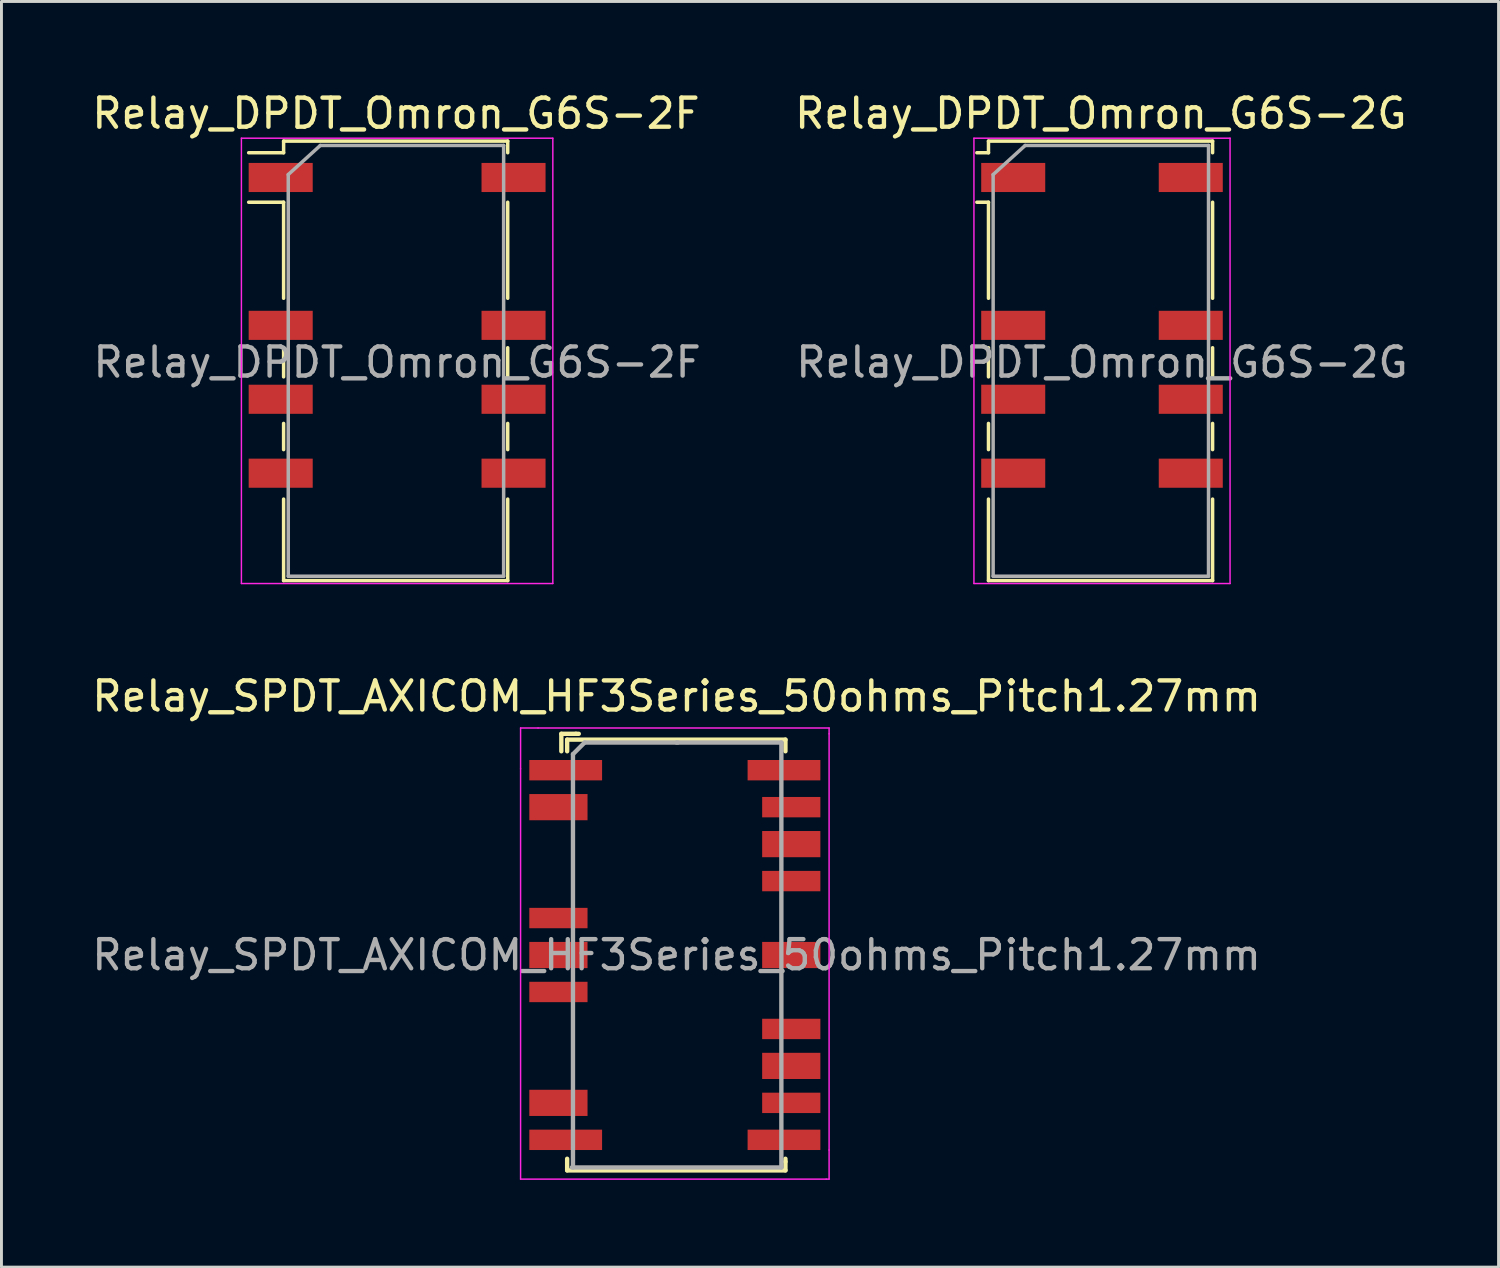
<source format=kicad_pcb>
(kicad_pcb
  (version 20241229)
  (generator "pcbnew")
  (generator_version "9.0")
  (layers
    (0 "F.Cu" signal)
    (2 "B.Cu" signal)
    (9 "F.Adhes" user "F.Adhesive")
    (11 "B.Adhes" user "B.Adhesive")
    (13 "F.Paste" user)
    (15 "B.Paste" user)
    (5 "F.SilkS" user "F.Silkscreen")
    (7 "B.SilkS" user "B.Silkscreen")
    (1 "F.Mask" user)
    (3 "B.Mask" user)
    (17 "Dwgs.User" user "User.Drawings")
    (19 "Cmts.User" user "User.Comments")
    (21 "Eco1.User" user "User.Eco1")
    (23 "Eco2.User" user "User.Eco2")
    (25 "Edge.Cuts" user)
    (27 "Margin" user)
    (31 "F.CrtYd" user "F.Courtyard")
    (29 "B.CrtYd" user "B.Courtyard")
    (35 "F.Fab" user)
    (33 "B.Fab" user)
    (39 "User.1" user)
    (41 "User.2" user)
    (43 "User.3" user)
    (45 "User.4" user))
  (footprint "Relay_DPDT_Omron_G6S-2G"
    (layer "F.Cu")
    (at 34.812 9.398)
    (property "Reference" "Relay_DPDT_Omron_G6S-2G" (at -0.04 -8.55 0) (layer "F.SilkS") (effects (font (size 1 1) (thickness 0.15))))
    (attr smd)
    (fp_line (start -4.3 -7.2) (end -3.9 -7.2) (stroke (width 0.12) (type solid)) (layer "F.SilkS"))
    (fp_line (start -3.9 -7.6) (end 3.8 -7.6) (stroke (width 0.12) (type solid)) (layer "F.SilkS"))
    (fp_line (start -3.9 -7.2) (end -3.9 -7.6) (stroke (width 0.12) (type solid)) (layer "F.SilkS"))
    (fp_line (start -3.9 -5.5) (end -4.3 -5.5) (stroke (width 0.12) (type solid)) (layer "F.SilkS"))
    (fp_line (start -3.9 -5.5) (end -3.9 -2.2) (stroke (width 0.12) (type solid)) (layer "F.SilkS"))
    (fp_line (start -3.9 -0.5) (end -3.9 0.5) (stroke (width 0.12) (type solid)) (layer "F.SilkS"))
    (fp_line (start -3.9 2.1) (end -3.9 3) (stroke (width 0.12) (type solid)) (layer "F.SilkS"))
    (fp_line (start -3.9 4.7) (end -3.9 7.5) (stroke (width 0.12) (type solid)) (layer "F.SilkS"))
    (fp_line (start -3.9 7.5) (end 3.8 7.5) (stroke (width 0.12) (type solid)) (layer "F.SilkS"))
    (fp_line (start 3.8 -7.6) (end 3.8 -7.2) (stroke (width 0.12) (type solid)) (layer "F.SilkS"))
    (fp_line (start 3.8 -5.5) (end 3.8 -2.2) (stroke (width 0.12) (type solid)) (layer "F.SilkS"))
    (fp_line (start 3.8 0.5) (end 3.8 -0.5) (stroke (width 0.12) (type solid)) (layer "F.SilkS"))
    (fp_line (start 3.8 3) (end 3.8 2.1) (stroke (width 0.12) (type solid)) (layer "F.SilkS"))
    (fp_line (start 3.8 7.5) (end 3.8 4.7) (stroke (width 0.12) (type solid)) (layer "F.SilkS"))
    (fp_line (start -4.4 -7.7) (end -4.4 7.6) (stroke (width 0.05) (type solid)) (layer "F.CrtYd"))
    (fp_line (start -4.4 -7.7) (end 4.4 -7.7) (stroke (width 0.05) (type solid)) (layer "F.CrtYd"))
    (fp_line (start 4.4 7.6) (end -4.4 7.6) (stroke (width 0.05) (type solid)) (layer "F.CrtYd"))
    (fp_line (start 4.4 7.6) (end 4.4 -7.7) (stroke (width 0.05) (type solid)) (layer "F.CrtYd"))
    (fp_line (start -3.74 -6.45) (end -2.64 -7.45) (stroke (width 0.12) (type solid)) (layer "F.Fab"))
    (fp_line (start -3.74 7.35) (end -3.74 -6.45) (stroke (width 0.12) (type solid)) (layer "F.Fab"))
    (fp_line (start -2.64 -7.45) (end 3.66 -7.45) (stroke (width 0.12) (type solid)) (layer "F.Fab"))
    (fp_line (start 3.66 -7.45) (end 3.66 7.35) (stroke (width 0.12) (type solid)) (layer "F.Fab"))
    (fp_line (start 3.66 7.35) (end -3.74 7.35) (stroke (width 0.12) (type solid)) (layer "F.Fab"))
    (fp_text user "${REFERENCE}" (at 0 0 0) (layer "F.Fab") (effects (font (size 1 1) (thickness 0.15))))
    (pad "1" smd rect (at -3.05 -6.35) (size 2.2 1) (layers "F.Cu" "F.Mask" "F.Paste"))
    (pad "3" smd rect (at -3.05 -1.27) (size 2.2 1) (layers "F.Cu" "F.Mask" "F.Paste"))
    (pad "4" smd rect (at -3.05 1.27) (size 2.2 1) (layers "F.Cu" "F.Mask" "F.Paste"))
    (pad "5" smd rect (at -3.05 3.81) (size 2.2 1) (layers "F.Cu" "F.Mask" "F.Paste"))
    (pad "8" smd rect (at 3.05 3.81) (size 2.2 1) (layers "F.Cu" "F.Mask" "F.Paste"))
    (pad "9" smd rect (at 3.05 1.27) (size 2.2 1) (layers "F.Cu" "F.Mask" "F.Paste"))
    (pad "10" smd rect (at 3.05 -1.27) (size 2.2 1) (layers "F.Cu" "F.Mask" "F.Paste"))
    (pad "12" smd rect (at 3.05 -6.35) (size 2.2 1) (layers "F.Cu" "F.Mask" "F.Paste")))
  (footprint "Relay_DPDT_Omron_G6S-2F"
    (layer "F.Cu")
    (at 10.594 9.398)
    (property "Reference" "Relay_DPDT_Omron_G6S-2F" (at -0.04 -8.55 0) (layer "F.SilkS") (effects (font (size 1 1) (thickness 0.15))))
    (attr smd)
    (fp_line (start -5.1 -7.2) (end -3.9 -7.2) (stroke (width 0.12) (type solid)) (layer "F.SilkS"))
    (fp_line (start -3.9 -7.6) (end 3.8 -7.6) (stroke (width 0.12) (type solid)) (layer "F.SilkS"))
    (fp_line (start -3.9 -7.2) (end -3.9 -7.6) (stroke (width 0.12) (type solid)) (layer "F.SilkS"))
    (fp_line (start -3.9 -5.5) (end -5.1 -5.5) (stroke (width 0.12) (type solid)) (layer "F.SilkS"))
    (fp_line (start -3.9 -5.5) (end -3.9 -2.2) (stroke (width 0.12) (type solid)) (layer "F.SilkS"))
    (fp_line (start -3.9 -0.5) (end -3.9 0.5) (stroke (width 0.12) (type solid)) (layer "F.SilkS"))
    (fp_line (start -3.9 2.1) (end -3.9 3) (stroke (width 0.12) (type solid)) (layer "F.SilkS"))
    (fp_line (start -3.9 4.7) (end -3.9 7.5) (stroke (width 0.12) (type solid)) (layer "F.SilkS"))
    (fp_line (start -3.9 7.5) (end 3.8 7.5) (stroke (width 0.12) (type solid)) (layer "F.SilkS"))
    (fp_line (start 3.8 -7.6) (end 3.8 -7.2) (stroke (width 0.12) (type solid)) (layer "F.SilkS"))
    (fp_line (start 3.8 -5.5) (end 3.8 -2.2) (stroke (width 0.12) (type solid)) (layer "F.SilkS"))
    (fp_line (start 3.8 0.5) (end 3.8 -0.5) (stroke (width 0.12) (type solid)) (layer "F.SilkS"))
    (fp_line (start 3.8 3) (end 3.8 2.1) (stroke (width 0.12) (type solid)) (layer "F.SilkS"))
    (fp_line (start 3.8 7.5) (end 3.8 4.7) (stroke (width 0.12) (type solid)) (layer "F.SilkS"))
    (fp_line (start -5.35 -7.7) (end -5.35 7.6) (stroke (width 0.05) (type solid)) (layer "F.CrtYd"))
    (fp_line (start -5.35 -7.7) (end 5.35 -7.7) (stroke (width 0.05) (type solid)) (layer "F.CrtYd"))
    (fp_line (start 5.35 7.6) (end -5.35 7.6) (stroke (width 0.05) (type solid)) (layer "F.CrtYd"))
    (fp_line (start 5.35 7.6) (end 5.35 -7.7) (stroke (width 0.05) (type solid)) (layer "F.CrtYd"))
    (fp_line (start -3.74 -6.45) (end -2.64 -7.45) (stroke (width 0.12) (type solid)) (layer "F.Fab"))
    (fp_line (start -3.74 7.35) (end -3.74 -6.45) (stroke (width 0.12) (type solid)) (layer "F.Fab"))
    (fp_line (start -2.64 -7.45) (end 3.66 -7.45) (stroke (width 0.12) (type solid)) (layer "F.Fab"))
    (fp_line (start 3.66 -7.45) (end 3.66 7.35) (stroke (width 0.12) (type solid)) (layer "F.Fab"))
    (fp_line (start 3.66 7.35) (end -3.74 7.35) (stroke (width 0.12) (type solid)) (layer "F.Fab"))
    (fp_text user "${REFERENCE}" (at 0 0 0) (layer "F.Fab") (effects (font (size 1 1) (thickness 0.15))))
    (pad "1" smd rect (at -4 -6.35) (size 2.2 1) (layers "F.Cu" "F.Mask" "F.Paste"))
    (pad "3" smd rect (at -4 -1.27) (size 2.2 1) (layers "F.Cu" "F.Mask" "F.Paste"))
    (pad "4" smd rect (at -4 1.27) (size 2.2 1) (layers "F.Cu" "F.Mask" "F.Paste"))
    (pad "5" smd rect (at -4 3.81) (size 2.2 1) (layers "F.Cu" "F.Mask" "F.Paste"))
    (pad "8" smd rect (at 4 3.81) (size 2.2 1) (layers "F.Cu" "F.Mask" "F.Paste"))
    (pad "9" smd rect (at 4 1.27) (size 2.2 1) (layers "F.Cu" "F.Mask" "F.Paste"))
    (pad "10" smd rect (at 4 -1.27) (size 2.2 1) (layers "F.Cu" "F.Mask" "F.Paste"))
    (pad "12" smd rect (at 4 -6.35) (size 2.2 1) (layers "F.Cu" "F.Mask" "F.Paste")))
  (footprint "Relay_SPDT_AXICOM_HF3Series_50ohms_Pitch1.27mm"
    (layer "F.Cu")
    (at 20.136 29.762)
    (property "Reference" "Relay_SPDT_AXICOM_HF3Series_50ohms_Pitch1.27mm" (at 0.06 -8.89 0) (layer "F.SilkS") (effects (font (size 1 1) (thickness 0.15))))
    (attr smd)
    (fp_line (start -3.9 -7.6) (end -3.4 -7.6) (stroke (width 0.15) (type solid)) (layer "F.SilkS"))
    (fp_line (start -3.9 -7) (end -3.9 -7.6) (stroke (width 0.15) (type solid)) (layer "F.SilkS"))
    (fp_line (start -3.7 -7.4) (end -3.7 -7) (stroke (width 0.15) (type solid)) (layer "F.SilkS"))
    (fp_line (start -3.7 7.4) (end -3.7 7) (stroke (width 0.15) (type solid)) (layer "F.SilkS"))
    (fp_line (start -3.4 -7.6) (end -3.3 -7.6) (stroke (width 0.15) (type solid)) (layer "F.SilkS"))
    (fp_line (start 3.8 -7.4) (end -3.7 -7.4) (stroke (width 0.15) (type solid)) (layer "F.SilkS"))
    (fp_line (start 3.8 -7) (end 3.8 -7.4) (stroke (width 0.15) (type solid)) (layer "F.SilkS"))
    (fp_line (start 3.8 7.1) (end 3.8 7) (stroke (width 0.15) (type solid)) (layer "F.SilkS"))
    (fp_line (start 3.8 7.1) (end 3.8 7.4) (stroke (width 0.15) (type solid)) (layer "F.SilkS"))
    (fp_line (start 3.8 7.4) (end -3.7 7.4) (stroke (width 0.15) (type solid)) (layer "F.SilkS"))
    (fp_line (start -5.3 -7.8) (end -5.3 -6.4) (stroke (width 0.05) (type solid)) (layer "F.CrtYd"))
    (fp_line (start -5.3 -6.4) (end -5.3 7.7) (stroke (width 0.05) (type solid)) (layer "F.CrtYd"))
    (fp_line (start -5.3 7.7) (end 5.2 7.7) (stroke (width 0.05) (type solid)) (layer "F.CrtYd"))
    (fp_line (start -4.7 -7.8) (end -5.3 -7.8) (stroke (width 0.05) (type solid)) (layer "F.CrtYd"))
    (fp_line (start 5.2 7.7) (end 5.3 7.7) (stroke (width 0.05) (type solid)) (layer "F.CrtYd"))
    (fp_line (start 5.3 -7.8) (end -4.7 -7.8) (stroke (width 0.05) (type solid)) (layer "F.CrtYd"))
    (fp_line (start 5.3 -7.6) (end 5.3 -7.8) (stroke (width 0.05) (type solid)) (layer "F.CrtYd"))
    (fp_line (start 5.3 6.7) (end 5.3 -7.6) (stroke (width 0.05) (type solid)) (layer "F.CrtYd"))
    (fp_line (start 5.3 7.7) (end 5.3 6.7) (stroke (width 0.05) (type solid)) (layer "F.CrtYd"))
    (fp_line (start -3.5 -6.9) (end -3.1 -7.3) (stroke (width 0.15) (type solid)) (layer "F.Fab"))
    (fp_line (start -3.5 7.3) (end -3.5 -6.9) (stroke (width 0.15) (type solid)) (layer "F.Fab"))
    (fp_line (start -3.1 -7.3) (end 0.1 -7.3) (stroke (width 0.15) (type solid)) (layer "F.Fab"))
    (fp_line (start 0.06 -7.3) (end 3.66 -7.3) (stroke (width 0.15) (type solid)) (layer "F.Fab"))
    (fp_line (start 3.66 -7.3) (end 3.66 7.3) (stroke (width 0.15) (type solid)) (layer "F.Fab"))
    (fp_line (start 3.66 7.3) (end -3.54 7.3) (stroke (width 0.15) (type solid)) (layer "F.Fab"))
    (fp_text user "${REFERENCE}" (at 0.06 0 0) (layer "F.Fab") (effects (font (size 1 1) (thickness 0.15))))
    (pad "1" smd rect (at -3.75 -6.35) (size 2.5 0.7) (layers "F.Cu" "F.Mask" "F.Paste"))
    (pad "2" smd rect (at -4 -5.08) (size 2 0.9) (layers "F.Cu" "F.Mask" "F.Paste"))
    (pad "5" smd rect (at -4 -1.27) (size 2 0.7) (layers "F.Cu" "F.Mask" "F.Paste"))
    (pad "6" smd rect (at -4 0) (size 2 0.9) (layers "F.Cu" "F.Mask" "F.Paste"))
    (pad "7" smd rect (at -4 1.27) (size 2 0.7) (layers "F.Cu" "F.Mask" "F.Paste"))
    (pad "10" smd rect (at -4 5.08) (size 2 0.9) (layers "F.Cu" "F.Mask" "F.Paste"))
    (pad "11" smd rect (at -3.75 6.35) (size 2.5 0.7) (layers "F.Cu" "F.Mask" "F.Paste"))
    (pad "12" smd rect (at 3.75 6.35) (size 2.5 0.7) (layers "F.Cu" "F.Mask" "F.Paste"))
    (pad "13" smd rect (at 4 5.08) (size 2 0.7) (layers "F.Cu" "F.Mask" "F.Paste"))
    (pad "14" smd rect (at 4 3.81) (size 2 0.9) (layers "F.Cu" "F.Mask" "F.Paste"))
    (pad "15" smd rect (at 4 2.54) (size 2 0.7) (layers "F.Cu" "F.Mask" "F.Paste"))
    (pad "17" smd rect (at 4 0) (size 2 0.9) (layers "F.Cu" "F.Mask" "F.Paste"))
    (pad "19" smd rect (at 4 -2.54) (size 2 0.7) (layers "F.Cu" "F.Mask" "F.Paste"))
    (pad "20" smd rect (at 4 -3.81) (size 2 0.9) (layers "F.Cu" "F.Mask" "F.Paste"))
    (pad "21" smd rect (at 4 -5.08) (size 2 0.7) (layers "F.Cu" "F.Mask" "F.Paste"))
    (pad "22" smd rect (at 3.75 -6.35) (size 2.5 0.7) (layers "F.Cu" "F.Mask" "F.Paste")))
  (gr_rect
    (start -3 -3)
    (end 48.437 40.486)
    (stroke (width 0.1) (type default))
    (fill no)
    (layer "Edge.Cuts")))
</source>
